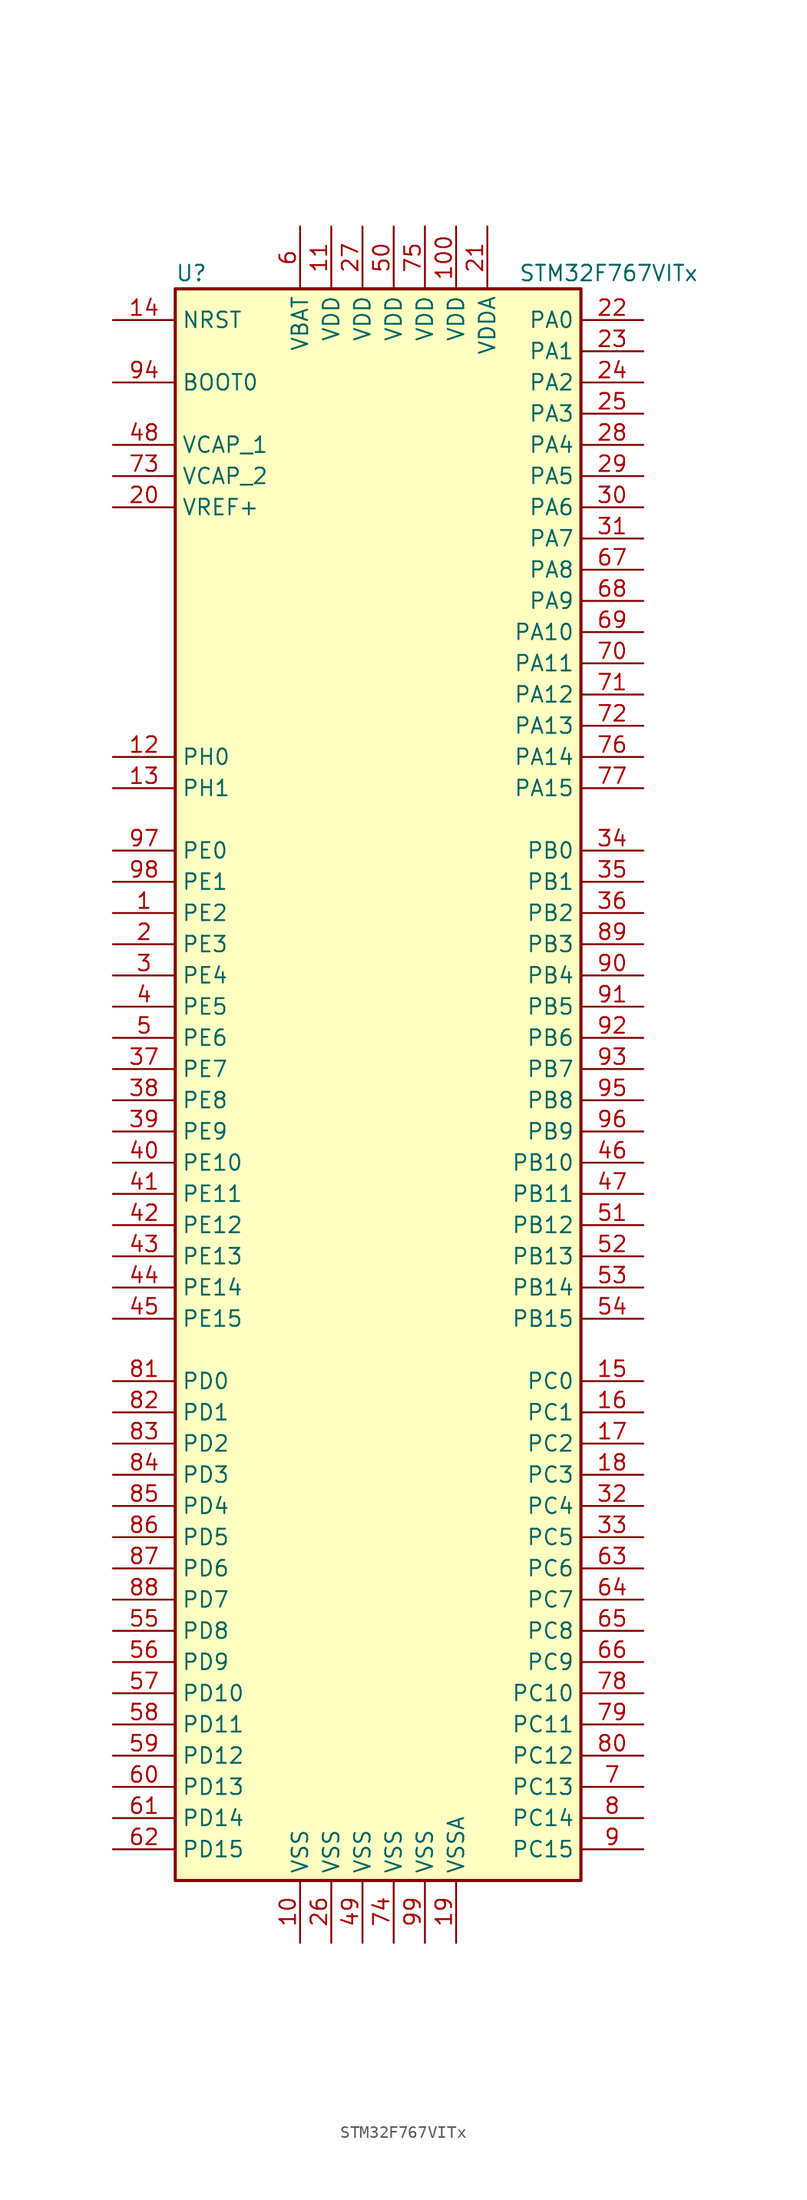
<source format=kicad_sym>
(kicad_symbol_lib
  (version 20220914)
  (generator kicad_symbol_editor)
  (symbol "STM32F767VITx"
    (property "Reference" "U"
      (at -17.78 64.77 0)
      (effects (font (size 1.27 1.27)) (justify left)))
    (property "Value" "STM32F767VITx"
      (at 10.16 64.77 0)
      (effects (font (size 1.27 1.27)) (justify left)))
    (symbol "STM32F767VITx_0_1"
      (rectangle (start -17.78 -66.04) (end 15.24 63.5) (stroke (width 0.254) (type default)) (fill (type background))))
    (symbol "STM32F767VITx_1_1"
      (pin bidirectional line (at -22.86 12.7 0) (length 5.08) (name "PE2" (effects (font (size 1.27 1.27)))) (number "1" (effects (font (size 1.27 1.27)))))
      (pin power_in line (at -7.62 -71.12 90) (length 5.08) (name "VSS" (effects (font (size 1.27 1.27)))) (number "10" (effects (font (size 1.27 1.27)))))
      (pin power_in line (at 5.08 68.58 270) (length 5.08) (name "VDD" (effects (font (size 1.27 1.27)))) (number "100" (effects (font (size 1.27 1.27)))))
      (pin power_in line (at -5.08 68.58 270) (length 5.08) (name "VDD" (effects (font (size 1.27 1.27)))) (number "11" (effects (font (size 1.27 1.27)))))
      (pin input line (at -22.86 25.4 0) (length 5.08) (name "PH0" (effects (font (size 1.27 1.27)))) (number "12" (effects (font (size 1.27 1.27)))))
      (pin input line (at -22.86 22.86 0) (length 5.08) (name "PH1" (effects (font (size 1.27 1.27)))) (number "13" (effects (font (size 1.27 1.27)))))
      (pin input line (at -22.86 60.96 0) (length 5.08) (name "NRST" (effects (font (size 1.27 1.27)))) (number "14" (effects (font (size 1.27 1.27)))))
      (pin bidirectional line (at 20.32 -25.4 180) (length 5.08) (name "PC0" (effects (font (size 1.27 1.27)))) (number "15" (effects (font (size 1.27 1.27)))))
      (pin bidirectional line (at 20.32 -27.94 180) (length 5.08) (name "PC1" (effects (font (size 1.27 1.27)))) (number "16" (effects (font (size 1.27 1.27)))))
      (pin bidirectional line (at 20.32 -30.48 180) (length 5.08) (name "PC2" (effects (font (size 1.27 1.27)))) (number "17" (effects (font (size 1.27 1.27)))))
      (pin bidirectional line (at 20.32 -33.02 180) (length 5.08) (name "PC3" (effects (font (size 1.27 1.27)))) (number "18" (effects (font (size 1.27 1.27)))))
      (pin power_in line (at 5.08 -71.12 90) (length 5.08) (name "VSSA" (effects (font (size 1.27 1.27)))) (number "19" (effects (font (size 1.27 1.27)))))
      (pin bidirectional line (at -22.86 10.16 0) (length 5.08) (name "PE3" (effects (font (size 1.27 1.27)))) (number "2" (effects (font (size 1.27 1.27)))))
      (pin power_in line (at -22.86 45.72 0) (length 5.08) (name "VREF+" (effects (font (size 1.27 1.27)))) (number "20" (effects (font (size 1.27 1.27)))))
      (pin power_in line (at 7.62 68.58 270) (length 5.08) (name "VDDA" (effects (font (size 1.27 1.27)))) (number "21" (effects (font (size 1.27 1.27)))))
      (pin bidirectional line (at 20.32 60.96 180) (length 5.08) (name "PA0" (effects (font (size 1.27 1.27)))) (number "22" (effects (font (size 1.27 1.27)))))
      (pin bidirectional line (at 20.32 58.42 180) (length 5.08) (name "PA1" (effects (font (size 1.27 1.27)))) (number "23" (effects (font (size 1.27 1.27)))))
      (pin bidirectional line (at 20.32 55.88 180) (length 5.08) (name "PA2" (effects (font (size 1.27 1.27)))) (number "24" (effects (font (size 1.27 1.27)))))
      (pin bidirectional line (at 20.32 53.34 180) (length 5.08) (name "PA3" (effects (font (size 1.27 1.27)))) (number "25" (effects (font (size 1.27 1.27)))))
      (pin power_in line (at -5.08 -71.12 90) (length 5.08) (name "VSS" (effects (font (size 1.27 1.27)))) (number "26" (effects (font (size 1.27 1.27)))))
      (pin power_in line (at -2.54 68.58 270) (length 5.08) (name "VDD" (effects (font (size 1.27 1.27)))) (number "27" (effects (font (size 1.27 1.27)))))
      (pin bidirectional line (at 20.32 50.8 180) (length 5.08) (name "PA4" (effects (font (size 1.27 1.27)))) (number "28" (effects (font (size 1.27 1.27)))))
      (pin bidirectional line (at 20.32 48.26 180) (length 5.08) (name "PA5" (effects (font (size 1.27 1.27)))) (number "29" (effects (font (size 1.27 1.27)))))
      (pin bidirectional line (at -22.86 7.62 0) (length 5.08) (name "PE4" (effects (font (size 1.27 1.27)))) (number "3" (effects (font (size 1.27 1.27)))))
      (pin bidirectional line (at 20.32 45.72 180) (length 5.08) (name "PA6" (effects (font (size 1.27 1.27)))) (number "30" (effects (font (size 1.27 1.27)))))
      (pin bidirectional line (at 20.32 43.18 180) (length 5.08) (name "PA7" (effects (font (size 1.27 1.27)))) (number "31" (effects (font (size 1.27 1.27)))))
      (pin bidirectional line (at 20.32 -35.56 180) (length 5.08) (name "PC4" (effects (font (size 1.27 1.27)))) (number "32" (effects (font (size 1.27 1.27)))))
      (pin bidirectional line (at 20.32 -38.1 180) (length 5.08) (name "PC5" (effects (font (size 1.27 1.27)))) (number "33" (effects (font (size 1.27 1.27)))))
      (pin bidirectional line (at 20.32 17.78 180) (length 5.08) (name "PB0" (effects (font (size 1.27 1.27)))) (number "34" (effects (font (size 1.27 1.27)))))
      (pin bidirectional line (at 20.32 15.24 180) (length 5.08) (name "PB1" (effects (font (size 1.27 1.27)))) (number "35" (effects (font (size 1.27 1.27)))))
      (pin bidirectional line (at 20.32 12.7 180) (length 5.08) (name "PB2" (effects (font (size 1.27 1.27)))) (number "36" (effects (font (size 1.27 1.27)))))
      (pin bidirectional line (at -22.86 0 0) (length 5.08) (name "PE7" (effects (font (size 1.27 1.27)))) (number "37" (effects (font (size 1.27 1.27)))))
      (pin bidirectional line (at -22.86 -2.54 0) (length 5.08) (name "PE8" (effects (font (size 1.27 1.27)))) (number "38" (effects (font (size 1.27 1.27)))))
      (pin bidirectional line (at -22.86 -5.08 0) (length 5.08) (name "PE9" (effects (font (size 1.27 1.27)))) (number "39" (effects (font (size 1.27 1.27)))))
      (pin bidirectional line (at -22.86 5.08 0) (length 5.08) (name "PE5" (effects (font (size 1.27 1.27)))) (number "4" (effects (font (size 1.27 1.27)))))
      (pin bidirectional line (at -22.86 -7.62 0) (length 5.08) (name "PE10" (effects (font (size 1.27 1.27)))) (number "40" (effects (font (size 1.27 1.27)))))
      (pin bidirectional line (at -22.86 -10.16 0) (length 5.08) (name "PE11" (effects (font (size 1.27 1.27)))) (number "41" (effects (font (size 1.27 1.27)))))
      (pin bidirectional line (at -22.86 -12.7 0) (length 5.08) (name "PE12" (effects (font (size 1.27 1.27)))) (number "42" (effects (font (size 1.27 1.27)))))
      (pin bidirectional line (at -22.86 -15.24 0) (length 5.08) (name "PE13" (effects (font (size 1.27 1.27)))) (number "43" (effects (font (size 1.27 1.27)))))
      (pin bidirectional line (at -22.86 -17.78 0) (length 5.08) (name "PE14" (effects (font (size 1.27 1.27)))) (number "44" (effects (font (size 1.27 1.27)))))
      (pin bidirectional line (at -22.86 -20.32 0) (length 5.08) (name "PE15" (effects (font (size 1.27 1.27)))) (number "45" (effects (font (size 1.27 1.27)))))
      (pin bidirectional line (at 20.32 -7.62 180) (length 5.08) (name "PB10" (effects (font (size 1.27 1.27)))) (number "46" (effects (font (size 1.27 1.27)))))
      (pin bidirectional line (at 20.32 -10.16 180) (length 5.08) (name "PB11" (effects (font (size 1.27 1.27)))) (number "47" (effects (font (size 1.27 1.27)))))
      (pin power_in line (at -22.86 50.8 0) (length 5.08) (name "VCAP_1" (effects (font (size 1.27 1.27)))) (number "48" (effects (font (size 1.27 1.27)))))
      (pin power_in line (at -2.54 -71.12 90) (length 5.08) (name "VSS" (effects (font (size 1.27 1.27)))) (number "49" (effects (font (size 1.27 1.27)))))
      (pin bidirectional line (at -22.86 2.54 0) (length 5.08) (name "PE6" (effects (font (size 1.27 1.27)))) (number "5" (effects (font (size 1.27 1.27)))))
      (pin power_in line (at 0 68.58 270) (length 5.08) (name "VDD" (effects (font (size 1.27 1.27)))) (number "50" (effects (font (size 1.27 1.27)))))
      (pin bidirectional line (at 20.32 -12.7 180) (length 5.08) (name "PB12" (effects (font (size 1.27 1.27)))) (number "51" (effects (font (size 1.27 1.27)))))
      (pin bidirectional line (at 20.32 -15.24 180) (length 5.08) (name "PB13" (effects (font (size 1.27 1.27)))) (number "52" (effects (font (size 1.27 1.27)))))
      (pin bidirectional line (at 20.32 -17.78 180) (length 5.08) (name "PB14" (effects (font (size 1.27 1.27)))) (number "53" (effects (font (size 1.27 1.27)))))
      (pin bidirectional line (at 20.32 -20.32 180) (length 5.08) (name "PB15" (effects (font (size 1.27 1.27)))) (number "54" (effects (font (size 1.27 1.27)))))
      (pin bidirectional line (at -22.86 -45.72 0) (length 5.08) (name "PD8" (effects (font (size 1.27 1.27)))) (number "55" (effects (font (size 1.27 1.27)))))
      (pin bidirectional line (at -22.86 -48.26 0) (length 5.08) (name "PD9" (effects (font (size 1.27 1.27)))) (number "56" (effects (font (size 1.27 1.27)))))
      (pin bidirectional line (at -22.86 -50.8 0) (length 5.08) (name "PD10" (effects (font (size 1.27 1.27)))) (number "57" (effects (font (size 1.27 1.27)))))
      (pin bidirectional line (at -22.86 -53.34 0) (length 5.08) (name "PD11" (effects (font (size 1.27 1.27)))) (number "58" (effects (font (size 1.27 1.27)))))
      (pin bidirectional line (at -22.86 -55.88 0) (length 5.08) (name "PD12" (effects (font (size 1.27 1.27)))) (number "59" (effects (font (size 1.27 1.27)))))
      (pin power_in line (at -7.62 68.58 270) (length 5.08) (name "VBAT" (effects (font (size 1.27 1.27)))) (number "6" (effects (font (size 1.27 1.27)))))
      (pin bidirectional line (at -22.86 -58.42 0) (length 5.08) (name "PD13" (effects (font (size 1.27 1.27)))) (number "60" (effects (font (size 1.27 1.27)))))
      (pin bidirectional line (at -22.86 -60.96 0) (length 5.08) (name "PD14" (effects (font (size 1.27 1.27)))) (number "61" (effects (font (size 1.27 1.27)))))
      (pin bidirectional line (at -22.86 -63.5 0) (length 5.08) (name "PD15" (effects (font (size 1.27 1.27)))) (number "62" (effects (font (size 1.27 1.27)))))
      (pin bidirectional line (at 20.32 -40.64 180) (length 5.08) (name "PC6" (effects (font (size 1.27 1.27)))) (number "63" (effects (font (size 1.27 1.27)))))
      (pin bidirectional line (at 20.32 -43.18 180) (length 5.08) (name "PC7" (effects (font (size 1.27 1.27)))) (number "64" (effects (font (size 1.27 1.27)))))
      (pin bidirectional line (at 20.32 -45.72 180) (length 5.08) (name "PC8" (effects (font (size 1.27 1.27)))) (number "65" (effects (font (size 1.27 1.27)))))
      (pin bidirectional line (at 20.32 -48.26 180) (length 5.08) (name "PC9" (effects (font (size 1.27 1.27)))) (number "66" (effects (font (size 1.27 1.27)))))
      (pin bidirectional line (at 20.32 40.64 180) (length 5.08) (name "PA8" (effects (font (size 1.27 1.27)))) (number "67" (effects (font (size 1.27 1.27)))))
      (pin bidirectional line (at 20.32 38.1 180) (length 5.08) (name "PA9" (effects (font (size 1.27 1.27)))) (number "68" (effects (font (size 1.27 1.27)))))
      (pin bidirectional line (at 20.32 35.56 180) (length 5.08) (name "PA10" (effects (font (size 1.27 1.27)))) (number "69" (effects (font (size 1.27 1.27)))))
      (pin bidirectional line (at 20.32 -58.42 180) (length 5.08) (name "PC13" (effects (font (size 1.27 1.27)))) (number "7" (effects (font (size 1.27 1.27)))))
      (pin bidirectional line (at 20.32 33.02 180) (length 5.08) (name "PA11" (effects (font (size 1.27 1.27)))) (number "70" (effects (font (size 1.27 1.27)))))
      (pin bidirectional line (at 20.32 30.48 180) (length 5.08) (name "PA12" (effects (font (size 1.27 1.27)))) (number "71" (effects (font (size 1.27 1.27)))))
      (pin bidirectional line (at 20.32 27.94 180) (length 5.08) (name "PA13" (effects (font (size 1.27 1.27)))) (number "72" (effects (font (size 1.27 1.27)))))
      (pin power_in line (at -22.86 48.26 0) (length 5.08) (name "VCAP_2" (effects (font (size 1.27 1.27)))) (number "73" (effects (font (size 1.27 1.27)))))
      (pin power_in line (at 0 -71.12 90) (length 5.08) (name "VSS" (effects (font (size 1.27 1.27)))) (number "74" (effects (font (size 1.27 1.27)))))
      (pin power_in line (at 2.54 68.58 270) (length 5.08) (name "VDD" (effects (font (size 1.27 1.27)))) (number "75" (effects (font (size 1.27 1.27)))))
      (pin bidirectional line (at 20.32 25.4 180) (length 5.08) (name "PA14" (effects (font (size 1.27 1.27)))) (number "76" (effects (font (size 1.27 1.27)))))
      (pin bidirectional line (at 20.32 22.86 180) (length 5.08) (name "PA15" (effects (font (size 1.27 1.27)))) (number "77" (effects (font (size 1.27 1.27)))))
      (pin bidirectional line (at 20.32 -50.8 180) (length 5.08) (name "PC10" (effects (font (size 1.27 1.27)))) (number "78" (effects (font (size 1.27 1.27)))))
      (pin bidirectional line (at 20.32 -53.34 180) (length 5.08) (name "PC11" (effects (font (size 1.27 1.27)))) (number "79" (effects (font (size 1.27 1.27)))))
      (pin bidirectional line (at 20.32 -60.96 180) (length 5.08) (name "PC14" (effects (font (size 1.27 1.27)))) (number "8" (effects (font (size 1.27 1.27)))))
      (pin bidirectional line (at 20.32 -55.88 180) (length 5.08) (name "PC12" (effects (font (size 1.27 1.27)))) (number "80" (effects (font (size 1.27 1.27)))))
      (pin bidirectional line (at -22.86 -25.4 0) (length 5.08) (name "PD0" (effects (font (size 1.27 1.27)))) (number "81" (effects (font (size 1.27 1.27)))))
      (pin bidirectional line (at -22.86 -27.94 0) (length 5.08) (name "PD1" (effects (font (size 1.27 1.27)))) (number "82" (effects (font (size 1.27 1.27)))))
      (pin bidirectional line (at -22.86 -30.48 0) (length 5.08) (name "PD2" (effects (font (size 1.27 1.27)))) (number "83" (effects (font (size 1.27 1.27)))))
      (pin bidirectional line (at -22.86 -33.02 0) (length 5.08) (name "PD3" (effects (font (size 1.27 1.27)))) (number "84" (effects (font (size 1.27 1.27)))))
      (pin bidirectional line (at -22.86 -35.56 0) (length 5.08) (name "PD4" (effects (font (size 1.27 1.27)))) (number "85" (effects (font (size 1.27 1.27)))))
      (pin bidirectional line (at -22.86 -38.1 0) (length 5.08) (name "PD5" (effects (font (size 1.27 1.27)))) (number "86" (effects (font (size 1.27 1.27)))))
      (pin bidirectional line (at -22.86 -40.64 0) (length 5.08) (name "PD6" (effects (font (size 1.27 1.27)))) (number "87" (effects (font (size 1.27 1.27)))))
      (pin bidirectional line (at -22.86 -43.18 0) (length 5.08) (name "PD7" (effects (font (size 1.27 1.27)))) (number "88" (effects (font (size 1.27 1.27)))))
      (pin bidirectional line (at 20.32 10.16 180) (length 5.08) (name "PB3" (effects (font (size 1.27 1.27)))) (number "89" (effects (font (size 1.27 1.27)))))
      (pin bidirectional line (at 20.32 -63.5 180) (length 5.08) (name "PC15" (effects (font (size 1.27 1.27)))) (number "9" (effects (font (size 1.27 1.27)))))
      (pin bidirectional line (at 20.32 7.62 180) (length 5.08) (name "PB4" (effects (font (size 1.27 1.27)))) (number "90" (effects (font (size 1.27 1.27)))))
      (pin bidirectional line (at 20.32 5.08 180) (length 5.08) (name "PB5" (effects (font (size 1.27 1.27)))) (number "91" (effects (font (size 1.27 1.27)))))
      (pin bidirectional line (at 20.32 2.54 180) (length 5.08) (name "PB6" (effects (font (size 1.27 1.27)))) (number "92" (effects (font (size 1.27 1.27)))))
      (pin bidirectional line (at 20.32 0 180) (length 5.08) (name "PB7" (effects (font (size 1.27 1.27)))) (number "93" (effects (font (size 1.27 1.27)))))
      (pin input line (at -22.86 55.88 0) (length 5.08) (name "BOOT0" (effects (font (size 1.27 1.27)))) (number "94" (effects (font (size 1.27 1.27)))))
      (pin bidirectional line (at 20.32 -2.54 180) (length 5.08) (name "PB8" (effects (font (size 1.27 1.27)))) (number "95" (effects (font (size 1.27 1.27)))))
      (pin bidirectional line (at 20.32 -5.08 180) (length 5.08) (name "PB9" (effects (font (size 1.27 1.27)))) (number "96" (effects (font (size 1.27 1.27)))))
      (pin bidirectional line (at -22.86 17.78 0) (length 5.08) (name "PE0" (effects (font (size 1.27 1.27)))) (number "97" (effects (font (size 1.27 1.27)))))
      (pin bidirectional line (at -22.86 15.24 0) (length 5.08) (name "PE1" (effects (font (size 1.27 1.27)))) (number "98" (effects (font (size 1.27 1.27)))))
      (pin power_in line (at 2.54 -71.12 90) (length 5.08) (name "VSS" (effects (font (size 1.27 1.27)))) (number "99" (effects (font (size 1.27 1.27))))))))
</source>
